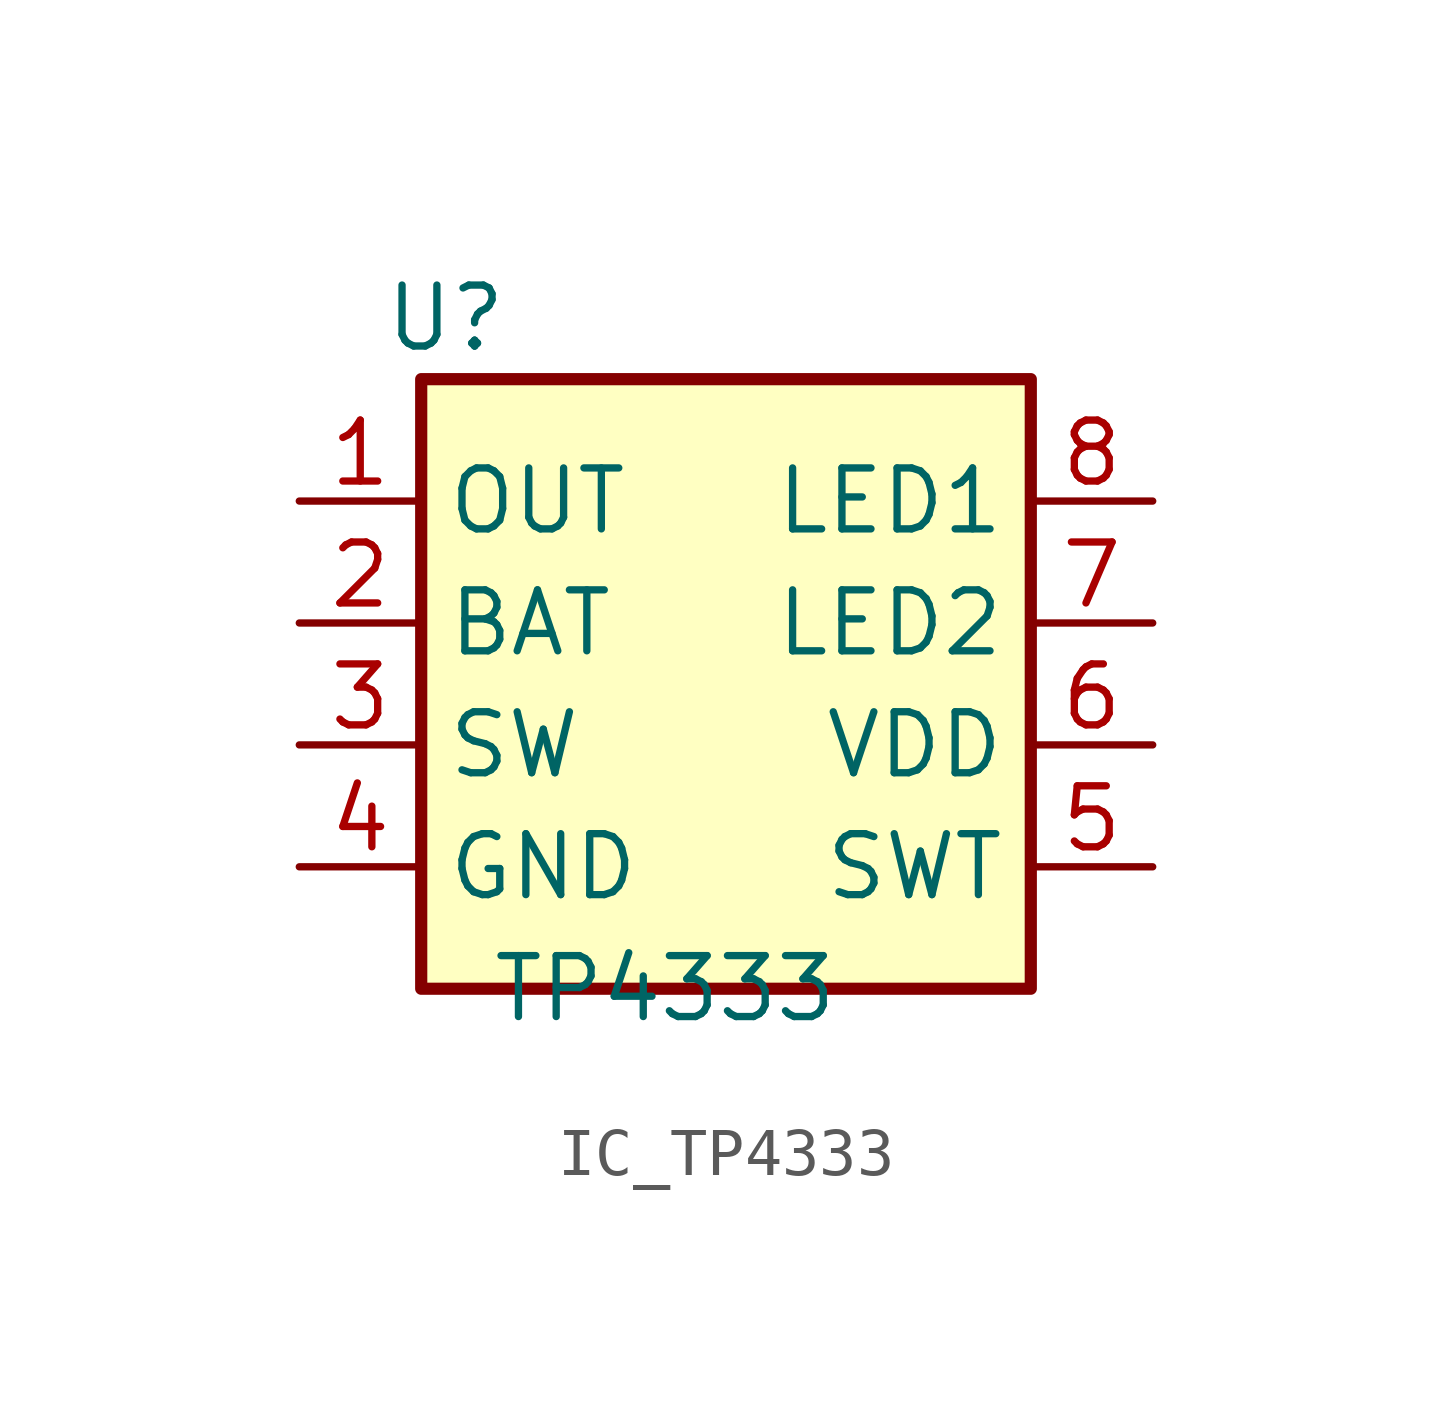
<source format=kicad_sym>
(kicad_symbol_lib
  (version 20231120)
  (generator "kicad_symbol_editor")
  (generator_version "8.0")
  (symbol "IC_TP4333"
    (property "Reference" "U"
      (at 3.048 11.43 0)
      (effects (font (size 1.27 1.27))))
    (property "Value" "TP4333"
      (at 7.62 -2.54 0)
      (effects (font (size 1.27 1.27))))
    (symbol "IC_TP4333_0_1"
      (rectangle (start 2.54 10.16) (end 15.24 -2.54) (stroke (width 0.254) (type default)) (fill (type background))))
    (symbol "IC_TP4333_1_1"
      (pin passive line (at 0 7.62 0) (length 2.54) (name "OUT" (effects (font (size 1.27 1.27)))) (number "1" (effects (font (size 1.27 1.27)))))
      (pin passive line (at 0 5.08 0) (length 2.54) (name "BAT" (effects (font (size 1.27 1.27)))) (number "2" (effects (font (size 1.27 1.27)))))
      (pin passive line (at 0 2.54 0) (length 2.54) (name "SW" (effects (font (size 1.27 1.27)))) (number "3" (effects (font (size 1.27 1.27)))))
      (pin passive line (at 0 0 0) (length 2.54) (name "GND" (effects (font (size 1.27 1.27)))) (number "4" (effects (font (size 1.27 1.27)))))
      (pin passive line (at 17.78 0 180) (length 2.54) (name "SWT" (effects (font (size 1.27 1.27)))) (number "5" (effects (font (size 1.27 1.27)))))
      (pin passive line (at 17.78 2.54 180) (length 2.54) (name "VDD" (effects (font (size 1.27 1.27)))) (number "6" (effects (font (size 1.27 1.27)))))
      (pin passive line (at 17.78 5.08 180) (length 2.54) (name "LED2" (effects (font (size 1.27 1.27)))) (number "7" (effects (font (size 1.27 1.27)))))
      (pin passive line (at 17.78 7.62 180) (length 2.54) (name "LED1" (effects (font (size 1.27 1.27)))) (number "8" (effects (font (size 1.27 1.27))))))))
</source>
